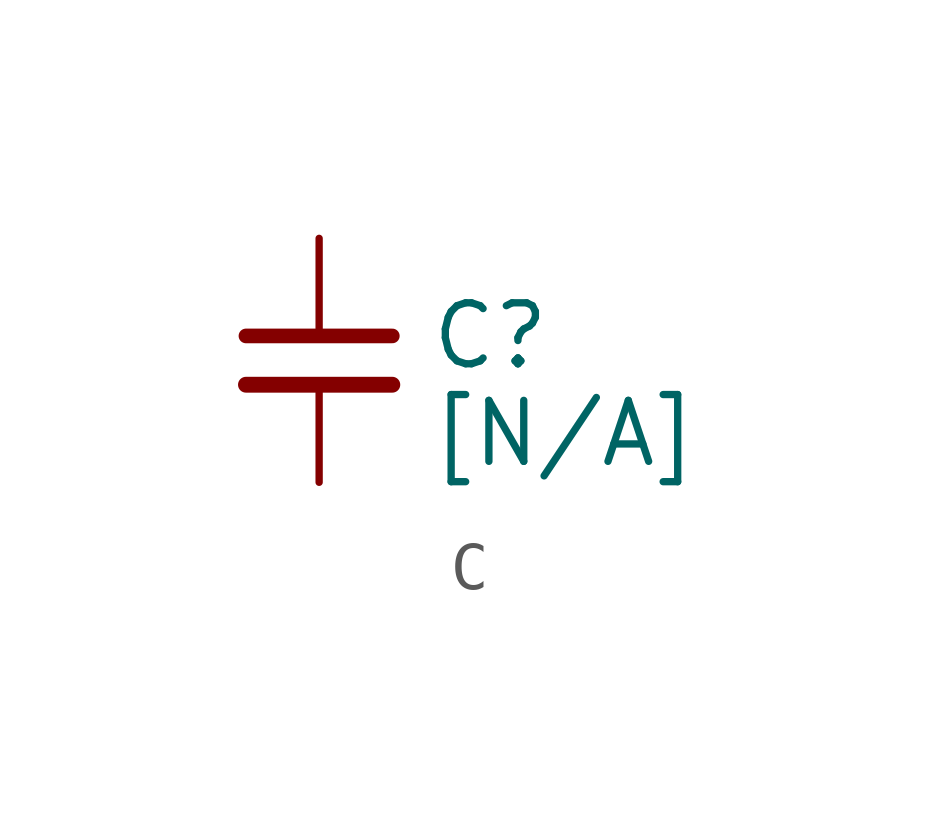
<source format=kicad_sym>
(kicad_symbol_lib
  (version 20241209)
  (generator "kicad_symbol_editor")
  (generator_version "9.0")
  (symbol "C"
    (pin_numbers
      (hide yes))
    (pin_names
      (offset 0.254)
      (hide yes))
    (property "Reference" "C"
      (at 2.286 0.508 0)
      (effects (font (size 1.27 1.27)) (justify left)))
    (property "Value" "[N/A]"
      (at 2.286 -1.524 0)
      (effects (font (size 1.27 1.27)) (justify left)))
    (symbol "C_0_1"
      (polyline (pts (xy -1.524 0.508) (xy 1.524 0.508)) (stroke (width 0.305) (type default)) (fill (type none)))
      (polyline (pts (xy -1.524 -0.508) (xy 1.524 -0.508)) (stroke (width 0.33) (type default)) (fill (type none))))
    (symbol "C_1_1"
      (pin passive line (at 0 2.54 270) (length 2.032) (name "~" (effects (font (size 1.27 1.27)))) (number "1" (effects (font (size 1.27 1.27)))))
      (pin passive line (at 0 -2.54 90) (length 2.032) (name "~" (effects (font (size 1.27 1.27)))) (number "2" (effects (font (size 1.27 1.27))))))))
</source>
